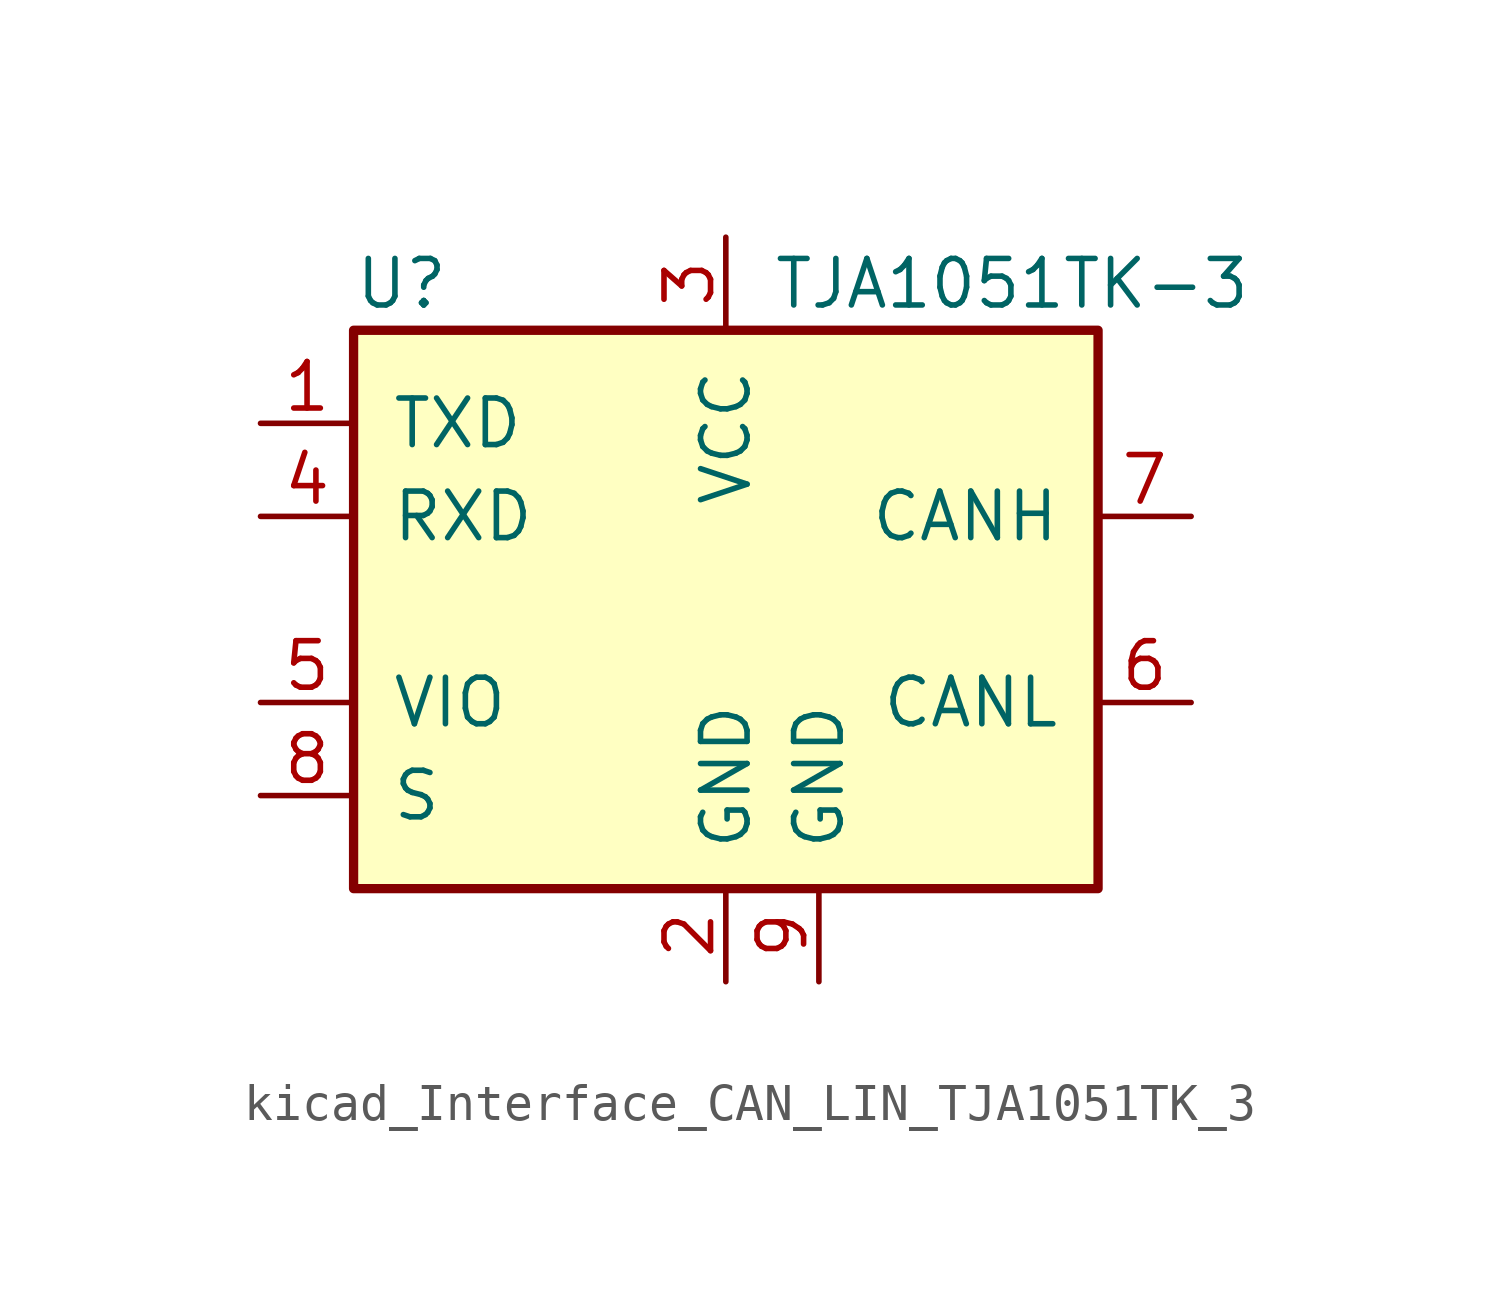
<source format=kicad_sym>
(kicad_symbol_lib
  (version 20220914)
  (generator kicad_symbol_editor)
  (symbol "kicad_Interface_CAN_LIN_TJA1051TK_3"
    (pin_names
      (offset 1.016))
    (property "Reference" "U"
      (at -10.16 8.89 0)
      (effects (font (size 1.27 1.27)) (justify left)))
    (property "Value" "TJA1051TK-3"
      (at 1.27 8.89 0)
      (effects (font (size 1.27 1.27)) (justify left)))
    (symbol "kicad_Interface_CAN_LIN_TJA1051TK_3_0_1"
      (rectangle (start -10.16 7.62) (end 10.16 -7.62) (stroke (width 0.254) (type default)) (fill (type background))))
    (symbol "kicad_Interface_CAN_LIN_TJA1051TK_3_1_1"
      (pin input line (at -12.7 5.08 0) (length 2.54) (name "TXD" (effects (font (size 1.27 1.27)))) (number "1" (effects (font (size 1.27 1.27)))))
      (pin power_in line (at 0 -10.16 90) (length 2.54) (name "GND" (effects (font (size 1.27 1.27)))) (number "2" (effects (font (size 1.27 1.27)))))
      (pin power_in line (at 0 10.16 270) (length 2.54) (name "VCC" (effects (font (size 1.27 1.27)))) (number "3" (effects (font (size 1.27 1.27)))))
      (pin output line (at -12.7 2.54 0) (length 2.54) (name "RXD" (effects (font (size 1.27 1.27)))) (number "4" (effects (font (size 1.27 1.27)))))
      (pin power_in line (at -12.7 -2.54 0) (length 2.54) (name "VIO" (effects (font (size 1.27 1.27)))) (number "5" (effects (font (size 1.27 1.27)))))
      (pin bidirectional line (at 12.7 -2.54 180) (length 2.54) (name "CANL" (effects (font (size 1.27 1.27)))) (number "6" (effects (font (size 1.27 1.27)))))
      (pin bidirectional line (at 12.7 2.54 180) (length 2.54) (name "CANH" (effects (font (size 1.27 1.27)))) (number "7" (effects (font (size 1.27 1.27)))))
      (pin input line (at -12.7 -5.08 0) (length 2.54) (name "S" (effects (font (size 1.27 1.27)))) (number "8" (effects (font (size 1.27 1.27)))))
      (pin power_in line (at 2.54 -10.16 90) (length 2.54) (name "GND" (effects (font (size 1.27 1.27)))) (number "9" (effects (font (size 1.27 1.27))))))))
</source>
